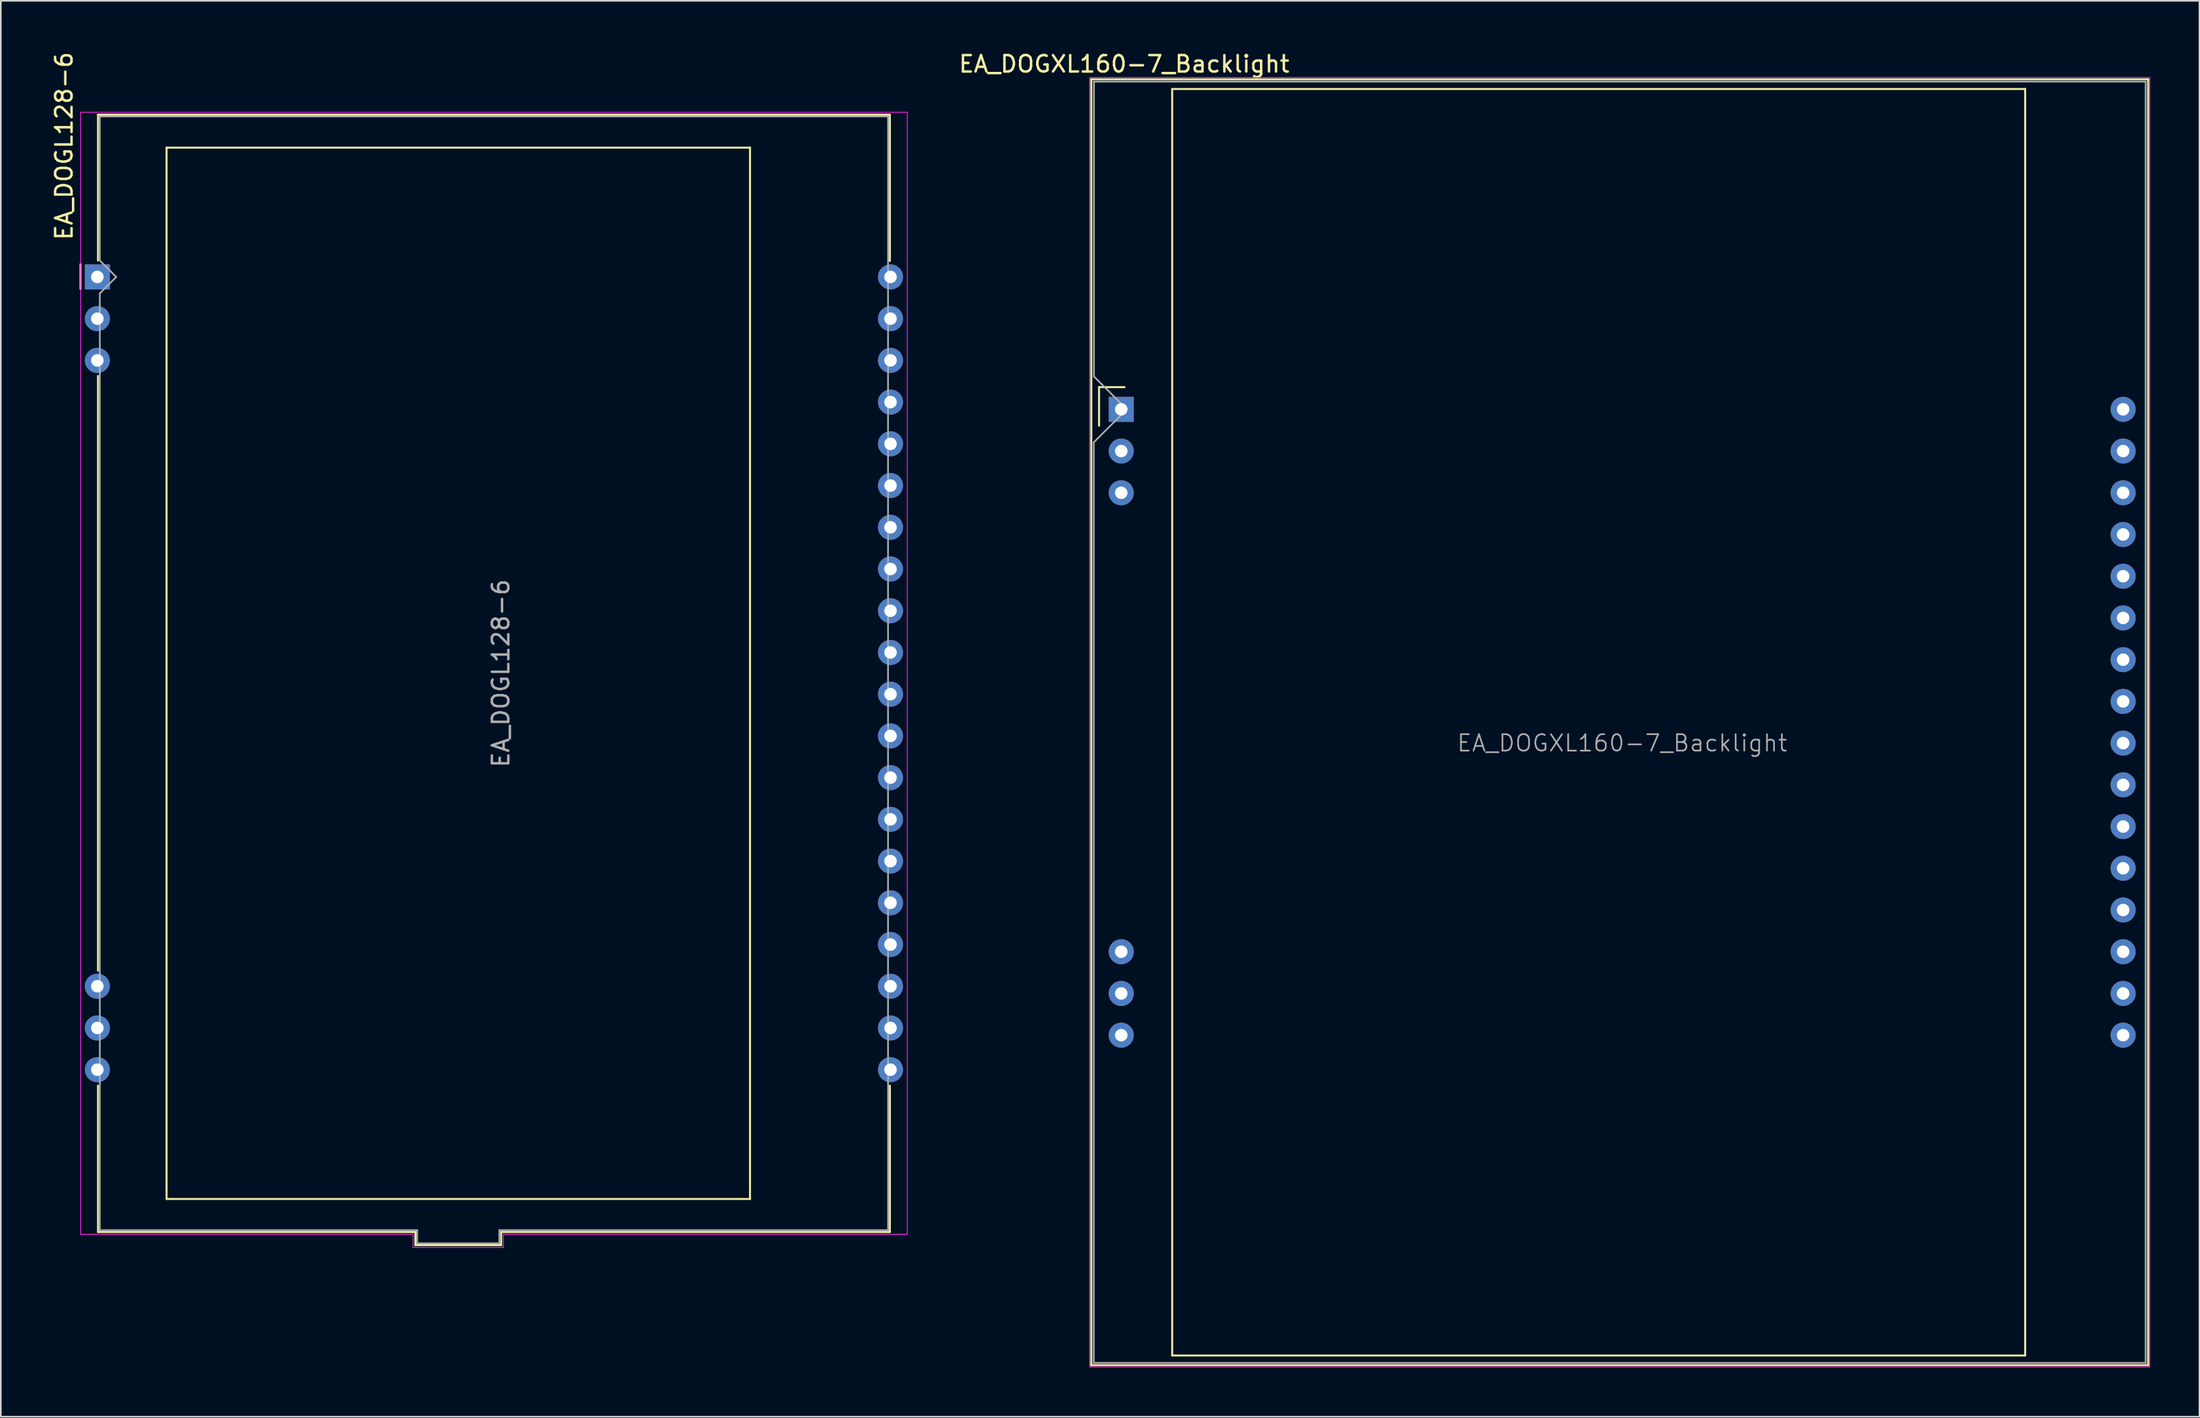
<source format=kicad_pcb>
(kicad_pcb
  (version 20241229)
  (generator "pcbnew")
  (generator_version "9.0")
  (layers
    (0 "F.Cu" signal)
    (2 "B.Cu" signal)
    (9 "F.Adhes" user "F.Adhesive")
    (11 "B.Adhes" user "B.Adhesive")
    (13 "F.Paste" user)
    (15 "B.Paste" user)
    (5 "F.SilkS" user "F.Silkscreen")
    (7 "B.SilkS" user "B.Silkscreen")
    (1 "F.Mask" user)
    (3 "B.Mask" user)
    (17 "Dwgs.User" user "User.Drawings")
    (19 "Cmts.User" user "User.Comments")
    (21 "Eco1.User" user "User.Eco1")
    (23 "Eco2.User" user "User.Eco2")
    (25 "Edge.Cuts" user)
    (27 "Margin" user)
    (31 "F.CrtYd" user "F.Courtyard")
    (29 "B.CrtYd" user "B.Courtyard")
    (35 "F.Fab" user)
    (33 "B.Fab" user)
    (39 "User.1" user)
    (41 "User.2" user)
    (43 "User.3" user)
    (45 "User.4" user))
  (footprint "EA_DOGXL160-7_Backlight"
    (layer "F.Cu")
    (at 65.171 21.868)
    (property "Reference" "EA_DOGXL160-7_Backlight" (at 0.18 -21.02 0) (layer "F.SilkS") (effects (font (size 1 1) (thickness 0.15))))
    (attr through_hole)
    (fp_line (start -1.82 -20.09) (end -1.82 58.19) (stroke (width 0.12) (type solid)) (layer "F.SilkS"))
    (fp_line (start -1.82 58.19) (end 62.48 58.19) (stroke (width 0.12) (type solid)) (layer "F.SilkS"))
    (fp_line (start -1.35 -1.35) (end -1.35 1) (stroke (width 0.12) (type solid)) (layer "F.SilkS"))
    (fp_line (start 0.2 -1.35) (end -1.35 -1.35) (stroke (width 0.12) (type solid)) (layer "F.SilkS"))
    (fp_line (start 3.1 -19.5) (end 3.1 57.6) (stroke (width 0.12) (type solid)) (layer "F.SilkS"))
    (fp_line (start 3.1 57.6) (end 55 57.6) (stroke (width 0.12) (type solid)) (layer "F.SilkS"))
    (fp_line (start 55 -19.5) (end 3.1 -19.5) (stroke (width 0.12) (type solid)) (layer "F.SilkS"))
    (fp_line (start 55 57.6) (end 55 -19.5) (stroke (width 0.12) (type solid)) (layer "F.SilkS"))
    (fp_line (start 62.48 -20.09) (end -1.82 -20.09) (stroke (width 0.12) (type solid)) (layer "F.SilkS"))
    (fp_line (start 62.48 58.19) (end 62.48 -20.09) (stroke (width 0.12) (type solid)) (layer "F.SilkS"))
    (fp_line (start -1.92 -20.2) (end 62.58 -20.2) (stroke (width 0.05) (type solid)) (layer "F.CrtYd"))
    (fp_line (start -1.92 58.3) (end -1.92 -20.2) (stroke (width 0.05) (type solid)) (layer "F.CrtYd"))
    (fp_line (start 62.58 -20.2) (end 62.58 58.3) (stroke (width 0.05) (type solid)) (layer "F.CrtYd"))
    (fp_line (start 62.58 58.3) (end -1.92 58.3) (stroke (width 0.05) (type solid)) (layer "F.CrtYd"))
    (fp_line (start -1.67 2) (end -1.67 58.05) (stroke (width 0.1) (type solid)) (layer "F.Fab"))
    (fp_line (start -1.66 -19.95) (end 62.33 -19.95) (stroke (width 0.1) (type solid)) (layer "F.Fab"))
    (fp_line (start -1.66 -2) (end -1.66 -19.95) (stroke (width 0.1) (type solid)) (layer "F.Fab"))
    (fp_line (start -1.66 -2) (end 0.34 0) (stroke (width 0.1) (type solid)) (layer "F.Fab"))
    (fp_line (start 0.34 0) (end -1.66 2) (stroke (width 0.1) (type solid)) (layer "F.Fab"))
    (fp_line (start 62.33 -19.95) (end 62.33 58.05) (stroke (width 0.1) (type solid)) (layer "F.Fab"))
    (fp_line (start 62.33 58.05) (end -1.67 58.05) (stroke (width 0.1) (type solid)) (layer "F.Fab"))
    (fp_text user "${REFERENCE}" (at 30.48 20.32 0) (layer "F.Fab") (effects (font (size 1 1) (thickness 0.1))))
    (pad "1" thru_hole rect (at 0 0) (size 1.524 1.524) (drill 0.762) (layers "*.Cu" "*.Mask"))
    (pad "2" thru_hole circle (at 0 2.54) (size 1.524 1.524) (drill 0.762) (layers "*.Cu" "*.Mask"))
    (pad "3" thru_hole circle (at 0 5.08) (size 1.524 1.524) (drill 0.762) (layers "*.Cu" "*.Mask"))
    (pad "14" thru_hole circle (at 0 33.02) (size 1.524 1.524) (drill 0.762) (layers "*.Cu" "*.Mask"))
    (pad "15" thru_hole circle (at 0 35.56) (size 1.524 1.524) (drill 0.762) (layers "*.Cu" "*.Mask"))
    (pad "16" thru_hole circle (at 0 38.1) (size 1.524 1.524) (drill 0.762) (layers "*.Cu" "*.Mask"))
    (pad "17" thru_hole circle (at 60.96 38.1) (size 1.524 1.524) (drill 0.762) (layers "*.Cu" "*.Mask"))
    (pad "18" thru_hole circle (at 60.96 35.56) (size 1.524 1.524) (drill 0.762) (layers "*.Cu" "*.Mask"))
    (pad "19" thru_hole circle (at 60.96 33.02) (size 1.524 1.524) (drill 0.762) (layers "*.Cu" "*.Mask"))
    (pad "20" thru_hole circle (at 60.96 30.48) (size 1.524 1.524) (drill 0.762) (layers "*.Cu" "*.Mask"))
    (pad "21" thru_hole circle (at 60.96 27.94) (size 1.524 1.524) (drill 0.762) (layers "*.Cu" "*.Mask"))
    (pad "22" thru_hole circle (at 60.96 25.4) (size 1.524 1.524) (drill 0.762) (layers "*.Cu" "*.Mask"))
    (pad "23" thru_hole circle (at 60.96 22.86) (size 1.524 1.524) (drill 0.762) (layers "*.Cu" "*.Mask"))
    (pad "24" thru_hole circle (at 60.96 20.32) (size 1.524 1.524) (drill 0.762) (layers "*.Cu" "*.Mask"))
    (pad "25" thru_hole circle (at 60.96 17.78) (size 1.524 1.524) (drill 0.762) (layers "*.Cu" "*.Mask"))
    (pad "26" thru_hole circle (at 60.96 15.24) (size 1.524 1.524) (drill 0.762) (layers "*.Cu" "*.Mask"))
    (pad "27" thru_hole circle (at 60.96 12.7) (size 1.524 1.524) (drill 0.762) (layers "*.Cu" "*.Mask"))
    (pad "28" thru_hole circle (at 60.96 10.16) (size 1.524 1.524) (drill 0.762) (layers "*.Cu" "*.Mask"))
    (pad "29" thru_hole circle (at 60.96 7.62) (size 1.524 1.524) (drill 0.762) (layers "*.Cu" "*.Mask"))
    (pad "30" thru_hole circle (at 60.96 5.08) (size 1.524 1.524) (drill 0.762) (layers "*.Cu" "*.Mask"))
    (pad "31" thru_hole circle (at 60.96 2.54) (size 1.524 1.524) (drill 0.762) (layers "*.Cu" "*.Mask"))
    (pad "32" thru_hole circle (at 60.96 0) (size 1.524 1.524) (drill 0.762) (layers "*.Cu" "*.Mask")))
  (footprint "EA_DOGL128-6"
    (layer "F.Cu")
    (at 2.873 13.809)
    (property "Reference" "EA_DOGL128-6" (at -2.025 -7.97 270) (layer "F.SilkS") (effects (font (size 1 1) (thickness 0.15))))
    (attr through_hole)
    (fp_line (start -1.025 -0.77) (end -1.025 0.73) (stroke (width 0.12) (type solid)) (layer "F.SilkS"))
    (fp_line (start 0.04 -9.88) (end 0.04 -1) (stroke (width 0.12) (type solid)) (layer "F.SilkS"))
    (fp_line (start 0.04 -9.88) (end 48.22 -9.88) (stroke (width 0.12) (type solid)) (layer "F.SilkS"))
    (fp_line (start 0.04 42.23) (end 0.04 6.03) (stroke (width 0.12) (type solid)) (layer "F.SilkS"))
    (fp_line (start 0.04 58.14) (end 0.04 49.23) (stroke (width 0.12) (type solid)) (layer "F.SilkS"))
    (fp_line (start 4.21 -7.87) (end 4.21 56.13) (stroke (width 0.12) (type solid)) (layer "F.SilkS"))
    (fp_line (start 4.21 56.13) (end 39.71 56.13) (stroke (width 0.12) (type solid)) (layer "F.SilkS"))
    (fp_line (start 19.35 58.14) (end 0.04 58.14) (stroke (width 0.12) (type solid)) (layer "F.SilkS"))
    (fp_line (start 19.35 58.94) (end 19.35 58.14) (stroke (width 0.12) (type solid)) (layer "F.SilkS"))
    (fp_line (start 24.57 58.14) (end 24.57 58.94) (stroke (width 0.12) (type solid)) (layer "F.SilkS"))
    (fp_line (start 24.57 58.94) (end 19.35 58.94) (stroke (width 0.12) (type solid)) (layer "F.SilkS"))
    (fp_line (start 39.71 -7.87) (end 4.21 -7.87) (stroke (width 0.12) (type solid)) (layer "F.SilkS"))
    (fp_line (start 39.71 56.13) (end 39.71 -7.87) (stroke (width 0.12) (type solid)) (layer "F.SilkS"))
    (fp_line (start 48.22 -9.88) (end 48.22 -0.97) (stroke (width 0.12) (type solid)) (layer "F.SilkS"))
    (fp_line (start 48.22 49.23) (end 48.22 58.14) (stroke (width 0.12) (type solid)) (layer "F.SilkS"))
    (fp_line (start 48.22 58.14) (end 24.57 58.14) (stroke (width 0.12) (type solid)) (layer "F.SilkS"))
    (fp_line (start -1.02 -10.02) (end -1.02 58.28) (stroke (width 0.05) (type solid)) (layer "F.CrtYd"))
    (fp_line (start -1.02 -10.02) (end 49.28 -10.02) (stroke (width 0.05) (type solid)) (layer "F.CrtYd"))
    (fp_line (start 19.21 58.28) (end -1.02 58.28) (stroke (width 0.05) (type solid)) (layer "F.CrtYd"))
    (fp_line (start 19.21 59.08) (end 19.21 58.28) (stroke (width 0.05) (type solid)) (layer "F.CrtYd"))
    (fp_line (start 24.71 58.28) (end 24.71 59.08) (stroke (width 0.05) (type solid)) (layer "F.CrtYd"))
    (fp_line (start 24.71 59.08) (end 19.21 59.08) (stroke (width 0.05) (type solid)) (layer "F.CrtYd"))
    (fp_line (start 49.28 -10.02) (end 49.28 58.28) (stroke (width 0.05) (type solid)) (layer "F.CrtYd"))
    (fp_line (start 49.28 58.28) (end 24.71 58.28) (stroke (width 0.05) (type solid)) (layer "F.CrtYd"))
    (fp_line (start 0.15 -9.77) (end 0.15 -1) (stroke (width 0.1) (type solid)) (layer "F.Fab"))
    (fp_line (start 0.15 -1) (end 1.15 0) (stroke (width 0.1) (type solid)) (layer "F.Fab"))
    (fp_line (start 0.15 58.03) (end 0.15 1) (stroke (width 0.1) (type solid)) (layer "F.Fab"))
    (fp_line (start 1.15 0) (end 0.15 1) (stroke (width 0.1) (type solid)) (layer "F.Fab"))
    (fp_line (start 19.46 58.03) (end 0.15 58.03) (stroke (width 0.1) (type solid)) (layer "F.Fab"))
    (fp_line (start 19.46 58.03) (end 19.46 58.83) (stroke (width 0.1) (type solid)) (layer "F.Fab"))
    (fp_line (start 19.46 58.83) (end 24.46 58.83) (stroke (width 0.1) (type solid)) (layer "F.Fab"))
    (fp_line (start 24.46 58.83) (end 24.46 58.03) (stroke (width 0.1) (type solid)) (layer "F.Fab"))
    (fp_line (start 48.11 -9.77) (end 0.15 -9.77) (stroke (width 0.1) (type solid)) (layer "F.Fab"))
    (fp_line (start 48.11 58.03) (end 24.46 58.03) (stroke (width 0.1) (type solid)) (layer "F.Fab"))
    (fp_line (start 48.11 58.03) (end 48.11 -9.77) (stroke (width 0.1) (type solid)) (layer "F.Fab"))
    (fp_text user "${REFERENCE}" (at 24.55 24.13 270) (layer "F.Fab") (effects (font (size 1 1) (thickness 0.15))))
    (pad "1" thru_hole rect (at 0 0 270) (size 1.524 1.524) (drill 0.762) (layers "*.Cu" "*.Mask"))
    (pad "2" thru_hole circle (at 0 2.54 270) (size 1.524 1.524) (drill 0.762) (layers "*.Cu" "*.Mask"))
    (pad "3" thru_hole circle (at 0 5.08 270) (size 1.524 1.524) (drill 0.762) (layers "*.Cu" "*.Mask"))
    (pad "18" thru_hole circle (at 0 43.18 270) (size 1.524 1.524) (drill 0.762) (layers "*.Cu" "*.Mask"))
    (pad "19" thru_hole circle (at 0 45.72 270) (size 1.524 1.524) (drill 0.762) (layers "*.Cu" "*.Mask"))
    (pad "20" thru_hole circle (at 0 48.26 270) (size 1.524 1.524) (drill 0.762) (layers "*.Cu" "*.Mask"))
    (pad "21" thru_hole circle (at 48.26 48.26 270) (size 1.524 1.524) (drill 0.762) (layers "*.Cu" "*.Mask"))
    (pad "22" thru_hole circle (at 48.26 45.72 270) (size 1.524 1.524) (drill 0.762) (layers "*.Cu" "*.Mask"))
    (pad "23" thru_hole circle (at 48.26 43.18 270) (size 1.524 1.524) (drill 0.762) (layers "*.Cu" "*.Mask"))
    (pad "24" thru_hole circle (at 48.26 40.64 270) (size 1.524 1.524) (drill 0.762) (layers "*.Cu" "*.Mask"))
    (pad "25" thru_hole circle (at 48.26 38.1 270) (size 1.524 1.524) (drill 0.762) (layers "*.Cu" "*.Mask"))
    (pad "26" thru_hole circle (at 48.26 35.56 270) (size 1.524 1.524) (drill 0.762) (layers "*.Cu" "*.Mask"))
    (pad "27" thru_hole circle (at 48.26 33.02 270) (size 1.524 1.524) (drill 0.762) (layers "*.Cu" "*.Mask"))
    (pad "28" thru_hole circle (at 48.26 30.48 270) (size 1.524 1.524) (drill 0.762) (layers "*.Cu" "*.Mask"))
    (pad "29" thru_hole circle (at 48.26 27.94 270) (size 1.524 1.524) (drill 0.762) (layers "*.Cu" "*.Mask"))
    (pad "30" thru_hole circle (at 48.26 25.4 270) (size 1.524 1.524) (drill 0.762) (layers "*.Cu" "*.Mask"))
    (pad "31" thru_hole circle (at 48.26 22.86 270) (size 1.524 1.524) (drill 0.762) (layers "*.Cu" "*.Mask"))
    (pad "32" thru_hole circle (at 48.26 20.32 270) (size 1.524 1.524) (drill 0.762) (layers "*.Cu" "*.Mask"))
    (pad "33" thru_hole circle (at 48.26 17.78 270) (size 1.524 1.524) (drill 0.762) (layers "*.Cu" "*.Mask"))
    (pad "34" thru_hole circle (at 48.26 15.24 270) (size 1.524 1.524) (drill 0.762) (layers "*.Cu" "*.Mask"))
    (pad "35" thru_hole circle (at 48.26 12.7 270) (size 1.524 1.524) (drill 0.762) (layers "*.Cu" "*.Mask"))
    (pad "36" thru_hole circle (at 48.26 10.16 270) (size 1.524 1.524) (drill 0.762) (layers "*.Cu" "*.Mask"))
    (pad "37" thru_hole circle (at 48.26 7.62 270) (size 1.524 1.524) (drill 0.762) (layers "*.Cu" "*.Mask"))
    (pad "38" thru_hole circle (at 48.26 5.08 270) (size 1.524 1.524) (drill 0.762) (layers "*.Cu" "*.Mask"))
    (pad "39" thru_hole circle (at 48.26 2.54 270) (size 1.524 1.524) (drill 0.762) (layers "*.Cu" "*.Mask"))
    (pad "40" thru_hole circle (at 48.26 0 270) (size 1.524 1.524) (drill 0.762) (layers "*.Cu" "*.Mask")))
  (gr_rect
    (start -3 -3)
    (end 130.776 83.193)
    (stroke (width 0.1) (type default))
    (fill no)
    (layer "Edge.Cuts")))
</source>
